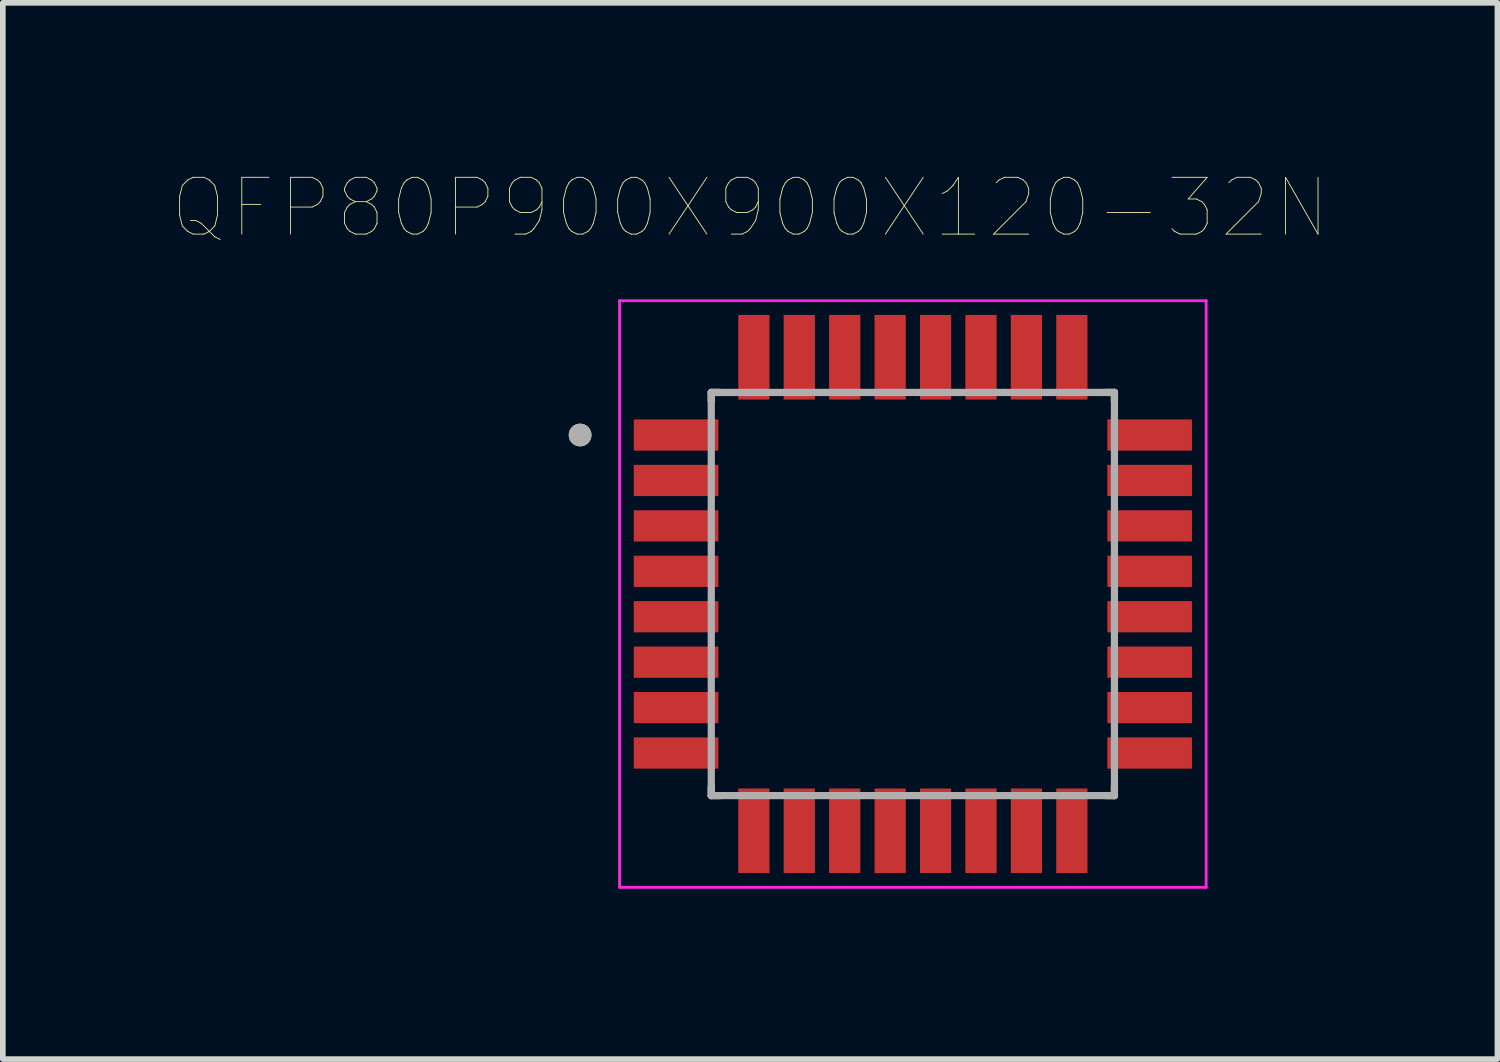
<source format=kicad_pcb>
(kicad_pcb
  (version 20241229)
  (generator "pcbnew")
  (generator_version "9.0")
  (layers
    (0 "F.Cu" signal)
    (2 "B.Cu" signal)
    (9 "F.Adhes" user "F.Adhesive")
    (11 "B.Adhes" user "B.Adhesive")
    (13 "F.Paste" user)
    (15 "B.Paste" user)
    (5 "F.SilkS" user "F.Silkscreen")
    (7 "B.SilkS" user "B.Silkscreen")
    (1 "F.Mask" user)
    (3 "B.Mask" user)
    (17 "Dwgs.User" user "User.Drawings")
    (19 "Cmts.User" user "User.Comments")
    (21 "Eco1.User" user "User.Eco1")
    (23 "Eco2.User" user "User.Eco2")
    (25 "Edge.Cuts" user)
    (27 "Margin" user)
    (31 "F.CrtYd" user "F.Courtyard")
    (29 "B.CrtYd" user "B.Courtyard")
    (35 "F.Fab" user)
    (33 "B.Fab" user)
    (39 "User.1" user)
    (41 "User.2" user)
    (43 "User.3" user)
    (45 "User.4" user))
  (footprint "QFP80P900X900X120-32N"
    (layer "F.Cu")
    (at 13.026 7.411)
    (property "Reference" "QFP80P900X900X120-32N" (at -2.865 -6.8 0) (layer "F.SilkS") (effects (font (size 1 1) (thickness 0.015))))
    (attr through_hole)
    (fp_line (start -3.55 -3.55) (end -3.55 -3.395) (stroke (width 0.127) (type solid)) (layer "F.SilkS"))
    (fp_line (start -3.55 -3.55) (end -3.395 -3.55) (stroke (width 0.127) (type solid)) (layer "F.SilkS"))
    (fp_line (start -3.55 3.55) (end -3.55 3.395) (stroke (width 0.127) (type solid)) (layer "F.SilkS"))
    (fp_line (start -3.55 3.55) (end -3.395 3.55) (stroke (width 0.127) (type solid)) (layer "F.SilkS"))
    (fp_line (start 3.55 -3.55) (end 3.395 -3.55) (stroke (width 0.127) (type solid)) (layer "F.SilkS"))
    (fp_line (start 3.55 -3.55) (end 3.55 -3.395) (stroke (width 0.127) (type solid)) (layer "F.SilkS"))
    (fp_line (start 3.55 3.55) (end 3.395 3.55) (stroke (width 0.127) (type solid)) (layer "F.SilkS"))
    (fp_line (start 3.55 3.55) (end 3.55 3.395) (stroke (width 0.127) (type solid)) (layer "F.SilkS"))
    (fp_circle (center -5.86 -2.8) (end -5.76 -2.8) (stroke (width 0.2) (type solid)) (fill no) (layer "F.SilkS"))
    (fp_line (start -5.165 -5.165) (end 5.165 -5.165) (stroke (width 0.05) (type solid)) (layer "F.CrtYd"))
    (fp_line (start -5.165 5.165) (end -5.165 -5.165) (stroke (width 0.05) (type solid)) (layer "F.CrtYd"))
    (fp_line (start -5.165 5.165) (end 5.165 5.165) (stroke (width 0.05) (type solid)) (layer "F.CrtYd"))
    (fp_line (start 5.165 5.165) (end 5.165 -5.165) (stroke (width 0.05) (type solid)) (layer "F.CrtYd"))
    (fp_line (start -3.55 3.55) (end -3.55 -3.55) (stroke (width 0.127) (type solid)) (layer "F.Fab"))
    (fp_line (start 3.55 -3.55) (end -3.55 -3.55) (stroke (width 0.127) (type solid)) (layer "F.Fab"))
    (fp_line (start 3.55 3.55) (end -3.55 3.55) (stroke (width 0.127) (type solid)) (layer "F.Fab"))
    (fp_line (start 3.55 3.55) (end 3.55 -3.55) (stroke (width 0.127) (type solid)) (layer "F.Fab"))
    (fp_circle (center -5.86 -2.8) (end -5.76 -2.8) (stroke (width 0.2) (type solid)) (fill no) (layer "F.Fab"))
    (pad "1" smd rect (at -4.17 -2.8) (size 1.49 0.55) (layers "F.Cu" "F.Mask" "F.Paste"))
    (pad "2" smd rect (at -4.17 -2) (size 1.49 0.55) (layers "F.Cu" "F.Mask" "F.Paste"))
    (pad "3" smd rect (at -4.17 -1.2) (size 1.49 0.55) (layers "F.Cu" "F.Mask" "F.Paste"))
    (pad "4" smd rect (at -4.17 -0.4) (size 1.49 0.55) (layers "F.Cu" "F.Mask" "F.Paste"))
    (pad "5" smd rect (at -4.17 0.4) (size 1.49 0.55) (layers "F.Cu" "F.Mask" "F.Paste"))
    (pad "6" smd rect (at -4.17 1.2) (size 1.49 0.55) (layers "F.Cu" "F.Mask" "F.Paste"))
    (pad "7" smd rect (at -4.17 2) (size 1.49 0.55) (layers "F.Cu" "F.Mask" "F.Paste"))
    (pad "8" smd rect (at -4.17 2.8) (size 1.49 0.55) (layers "F.Cu" "F.Mask" "F.Paste"))
    (pad "9" smd rect (at -2.8 4.17) (size 0.55 1.49) (layers "F.Cu" "F.Mask" "F.Paste"))
    (pad "10" smd rect (at -2 4.17) (size 0.55 1.49) (layers "F.Cu" "F.Mask" "F.Paste"))
    (pad "11" smd rect (at -1.2 4.17) (size 0.55 1.49) (layers "F.Cu" "F.Mask" "F.Paste"))
    (pad "12" smd rect (at -0.4 4.17) (size 0.55 1.49) (layers "F.Cu" "F.Mask" "F.Paste"))
    (pad "13" smd rect (at 0.4 4.17) (size 0.55 1.49) (layers "F.Cu" "F.Mask" "F.Paste"))
    (pad "14" smd rect (at 1.2 4.17) (size 0.55 1.49) (layers "F.Cu" "F.Mask" "F.Paste"))
    (pad "15" smd rect (at 2 4.17) (size 0.55 1.49) (layers "F.Cu" "F.Mask" "F.Paste"))
    (pad "16" smd rect (at 2.8 4.17) (size 0.55 1.49) (layers "F.Cu" "F.Mask" "F.Paste"))
    (pad "17" smd rect (at 4.17 2.8) (size 1.49 0.55) (layers "F.Cu" "F.Mask" "F.Paste"))
    (pad "18" smd rect (at 4.17 2) (size 1.49 0.55) (layers "F.Cu" "F.Mask" "F.Paste"))
    (pad "19" smd rect (at 4.17 1.2) (size 1.49 0.55) (layers "F.Cu" "F.Mask" "F.Paste"))
    (pad "20" smd rect (at 4.17 0.4) (size 1.49 0.55) (layers "F.Cu" "F.Mask" "F.Paste"))
    (pad "21" smd rect (at 4.17 -0.4) (size 1.49 0.55) (layers "F.Cu" "F.Mask" "F.Paste"))
    (pad "22" smd rect (at 4.17 -1.2) (size 1.49 0.55) (layers "F.Cu" "F.Mask" "F.Paste"))
    (pad "23" smd rect (at 4.17 -2) (size 1.49 0.55) (layers "F.Cu" "F.Mask" "F.Paste"))
    (pad "24" smd rect (at 4.17 -2.8) (size 1.49 0.55) (layers "F.Cu" "F.Mask" "F.Paste"))
    (pad "25" smd rect (at 2.8 -4.17) (size 0.55 1.49) (layers "F.Cu" "F.Mask" "F.Paste"))
    (pad "26" smd rect (at 2 -4.17) (size 0.55 1.49) (layers "F.Cu" "F.Mask" "F.Paste"))
    (pad "27" smd rect (at 1.2 -4.17) (size 0.55 1.49) (layers "F.Cu" "F.Mask" "F.Paste"))
    (pad "28" smd rect (at 0.4 -4.17) (size 0.55 1.49) (layers "F.Cu" "F.Mask" "F.Paste"))
    (pad "29" smd rect (at -0.4 -4.17) (size 0.55 1.49) (layers "F.Cu" "F.Mask" "F.Paste"))
    (pad "30" smd rect (at -1.2 -4.17) (size 0.55 1.49) (layers "F.Cu" "F.Mask" "F.Paste"))
    (pad "31" smd rect (at -2 -4.17) (size 0.55 1.49) (layers "F.Cu" "F.Mask" "F.Paste"))
    (pad "32" smd rect (at -2.8 -4.17) (size 0.55 1.49) (layers "F.Cu" "F.Mask" "F.Paste")))
  (gr_rect
    (start -3 -3)
    (end 23.321 15.601)
    (stroke (width 0.1) (type default))
    (fill no)
    (layer "Edge.Cuts")))
</source>
